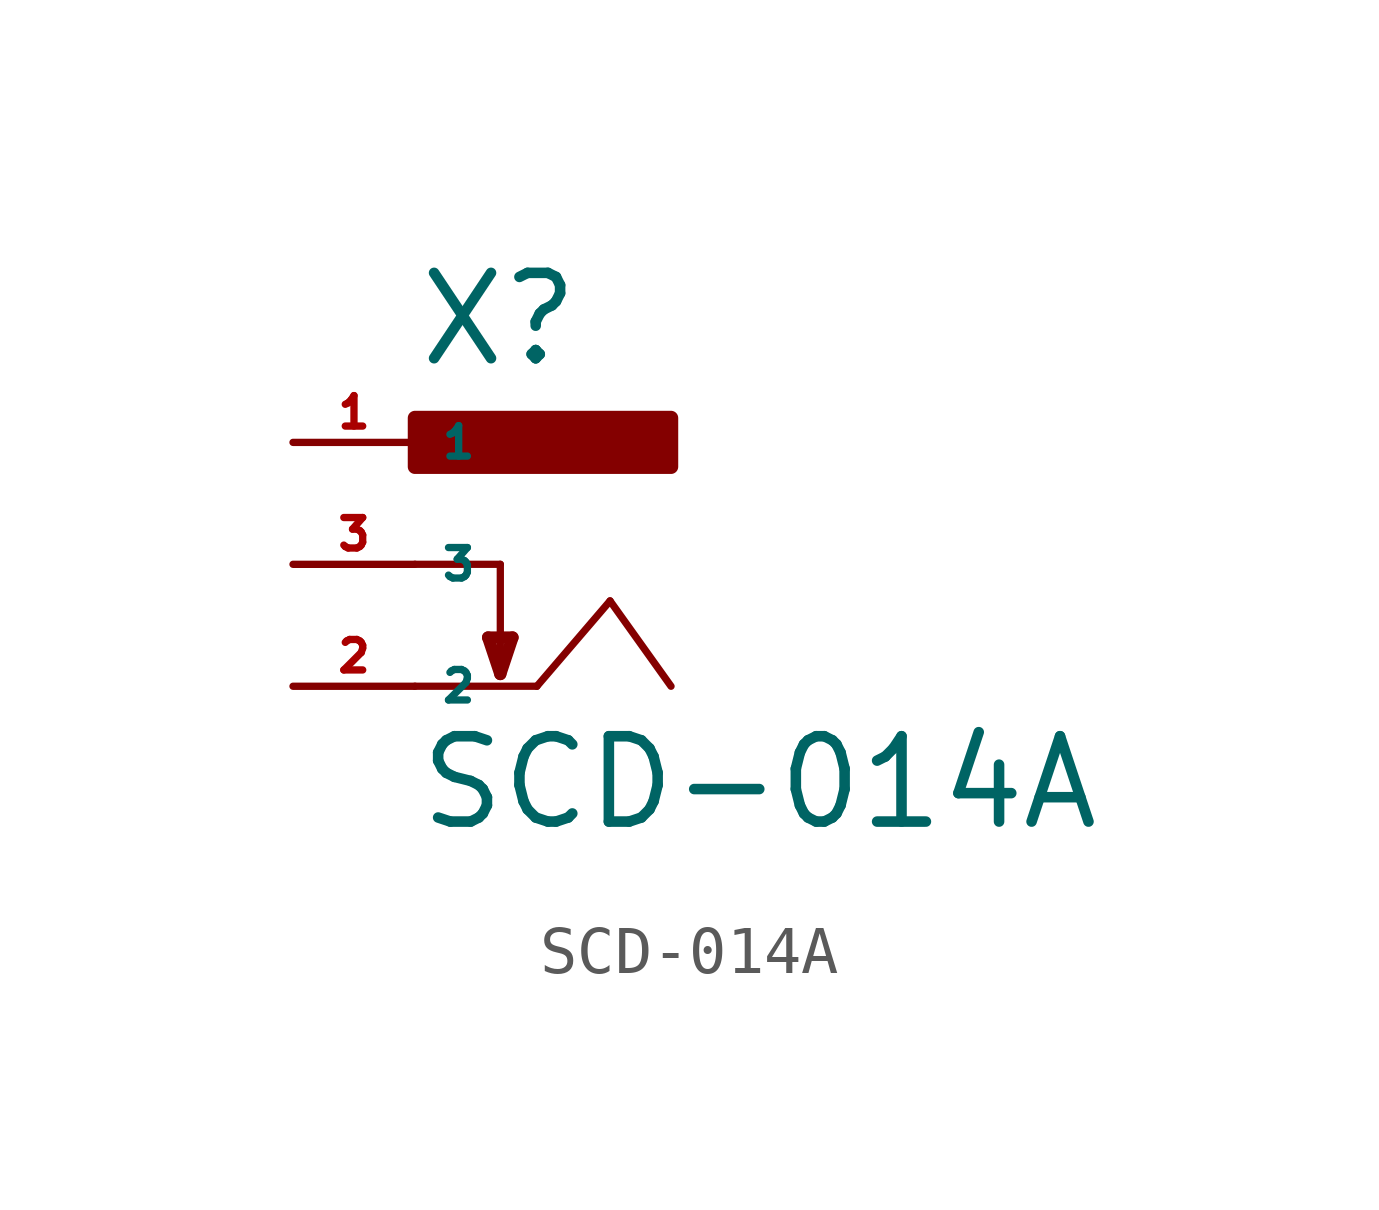
<source format=kicad_sym>
(kicad_symbol_lib
  (version 20220914)
  (generator Eagle2Kicad)
  (symbol "SCD-014A"
    (property "Reference" "X"
      (at -2.54 4.064 0)
      (effects (font (size 1.778 1.778) (thickness 0.22)) (justify left bottom)))
    (property "Value" "SCD-014A"
      (at -2.54 -5.588 0)
      (effects (font (size 1.778 1.778) (thickness 0.22)) (justify left bottom)))
    (polyline
      (pts (xy -2.54 -2.54) (xy 0 -2.54))
      (stroke (width 0.152) (type default))
      (fill (type none)))
    (polyline
      (pts (xy 0 -2.54) (xy 1.524 -0.762))
      (stroke (width 0.152) (type default))
      (fill (type none)))
    (polyline
      (pts (xy 1.524 -0.762) (xy 2.794 -2.54))
      (stroke (width 0.152) (type default))
      (fill (type none)))
    (polyline
      (pts (xy -2.54 0) (xy -0.762 0))
      (stroke (width 0.152) (type default))
      (fill (type none)))
    (polyline
      (pts (xy -0.762 0) (xy -0.762 -2.286))
      (stroke (width 0.152) (type default))
      (fill (type none)))
    (polyline
      (pts (xy -0.762 -2.286) (xy -0.508 -1.524))
      (stroke (width 0.254) (type default))
      (fill (type none)))
    (polyline
      (pts (xy -0.508 -1.524) (xy -1.016 -1.524))
      (stroke (width 0.254) (type default))
      (fill (type none)))
    (polyline
      (pts (xy -1.016 -1.524) (xy -0.762 -2.286))
      (stroke (width 0.254) (type default))
      (fill (type none)))
    (rectangle
      (start -2.54 2.032)
      (end 2.794 3.048)
      (stroke (width 0.3) (type default))
      (fill (type outline)))
    (pin passive line
      (at -5.08 2.54 0)
      (length 2.54)
      (name "1" (effects (font (size 0.635 0.635) (thickness 0.08)) (justify left bottom)))
      (number "1" (effects (font (size 0.635 0.635) (thickness 0.08)) (justify left bottom))))
    (pin passive line
      (at -5.08 -2.54 0)
      (length 2.54)
      (name "2" (effects (font (size 0.635 0.635) (thickness 0.08)) (justify left bottom)))
      (number "2" (effects (font (size 0.635 0.635) (thickness 0.08)) (justify left bottom))))
    (pin passive line
      (at -5.08 0 0)
      (length 2.54)
      (name "3" (effects (font (size 0.635 0.635) (thickness 0.08)) (justify left bottom)))
      (number "3" (effects (font (size 0.635 0.635) (thickness 0.08)) (justify left bottom))))))
</source>
